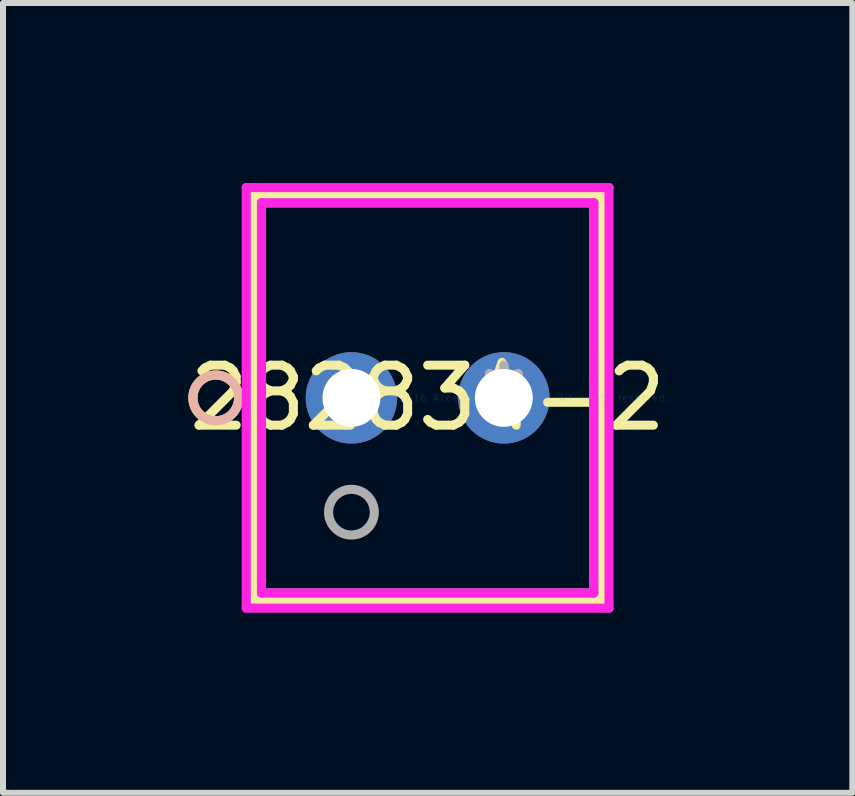
<source format=kicad_pcb>
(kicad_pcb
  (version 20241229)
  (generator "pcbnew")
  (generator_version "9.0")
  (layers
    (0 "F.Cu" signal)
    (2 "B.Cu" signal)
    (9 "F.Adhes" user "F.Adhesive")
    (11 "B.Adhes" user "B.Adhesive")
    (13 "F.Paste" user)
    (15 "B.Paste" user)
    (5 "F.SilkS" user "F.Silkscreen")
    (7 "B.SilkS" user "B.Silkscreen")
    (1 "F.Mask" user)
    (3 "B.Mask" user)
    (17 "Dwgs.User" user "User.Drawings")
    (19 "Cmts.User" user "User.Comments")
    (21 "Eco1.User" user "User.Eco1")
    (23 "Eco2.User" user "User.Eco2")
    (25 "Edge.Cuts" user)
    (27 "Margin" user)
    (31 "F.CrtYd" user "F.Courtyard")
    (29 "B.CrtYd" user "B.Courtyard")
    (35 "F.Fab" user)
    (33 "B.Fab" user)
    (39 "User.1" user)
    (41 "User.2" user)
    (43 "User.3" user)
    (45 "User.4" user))
  (footprint "282834-2"
    (layer "F.Cu")
    (at 5.347 3.581)
    (property "Reference" "282834-2" (at -1.27 0 0) (layer "F.SilkS") (effects (font (size 1 1) (thickness 0.15))))
    (attr through_hole)
    (fp_line (start -4.166 -3.378) (end -4.166 3.378) (stroke (width 0.152) (type solid)) (layer "F.SilkS"))
    (fp_line (start -4.166 3.378) (end 1.626 3.378) (stroke (width 0.152) (type solid)) (layer "F.SilkS"))
    (fp_line (start 1.626 -3.378) (end -4.166 -3.378) (stroke (width 0.152) (type solid)) (layer "F.SilkS"))
    (fp_line (start 1.626 3.378) (end 1.626 -3.378) (stroke (width 0.152) (type solid)) (layer "F.SilkS"))
    (fp_circle (center -4.801 0) (end -4.42 0) (stroke (width 0.152) (type solid)) (fill no) (layer "F.SilkS"))
    (fp_circle (center -4.801 0) (end -4.42 0) (stroke (width 0.152) (type solid)) (fill no) (layer "B.SilkS"))
    (fp_line (start -4.293 -3.505) (end -4.293 3.505) (stroke (width 0.152) (type solid)) (layer "F.CrtYd"))
    (fp_line (start -4.293 3.505) (end 1.753 3.505) (stroke (width 0.152) (type solid)) (layer "F.CrtYd"))
    (fp_line (start -4.039 -3.251) (end -4.039 3.251) (stroke (width 0.152) (type solid)) (layer "F.CrtYd"))
    (fp_line (start -4.039 3.251) (end 1.499 3.251) (stroke (width 0.152) (type solid)) (layer "F.CrtYd"))
    (fp_line (start 1.499 -3.251) (end -4.039 -3.251) (stroke (width 0.152) (type solid)) (layer "F.CrtYd"))
    (fp_line (start 1.499 3.251) (end 1.499 -3.251) (stroke (width 0.152) (type solid)) (layer "F.CrtYd"))
    (fp_line (start 1.753 -3.505) (end -4.293 -3.505) (stroke (width 0.152) (type solid)) (layer "F.CrtYd"))
    (fp_line (start 1.753 3.505) (end 1.753 -3.505) (stroke (width 0.152) (type solid)) (layer "F.CrtYd"))
    (fp_line (start -4.039 -3.251) (end -4.039 3.251) (stroke (width 0.152) (type solid)) (layer "F.Fab"))
    (fp_line (start -4.039 3.251) (end 1.499 3.251) (stroke (width 0.152) (type solid)) (layer "F.Fab"))
    (fp_line (start 1.499 -3.251) (end -4.039 -3.251) (stroke (width 0.152) (type solid)) (layer "F.Fab"))
    (fp_line (start 1.499 3.251) (end 1.499 -3.251) (stroke (width 0.152) (type solid)) (layer "F.Fab"))
    (fp_circle (center -2.54 1.905) (end -2.159 1.905) (stroke (width 0.152) (type solid)) (fill no) (layer "F.Fab"))
    (fp_text user "*" (at 0 0 0) (layer "F.SilkS") (effects (font (size 1 1) (thickness 0.15))))
    (fp_text user "Copyright 2016 Accelerated Designs. All rights reserved." (at 0 0 0) (layer "Cmts.User") (effects (font (size 0.127 0.127) (thickness 0.002))))
    (fp_text user "*" (at 0 0 0) (layer "F.Fab") (effects (font (size 1 1) (thickness 0.15))))
    (pad "1" thru_hole circle (at -2.54 0) (size 1.524 1.524) (drill 0.965) (layers "*.Cu" "*.Mask"))
    (pad "2" thru_hole circle (at 0 0) (size 1.524 1.524) (drill 0.965) (layers "*.Cu" "*.Mask")))
  (gr_rect
    (start -3 -3)
    (end 11.155 10.163)
    (stroke (width 0.1) (type default))
    (fill no)
    (layer "Edge.Cuts")))
</source>
